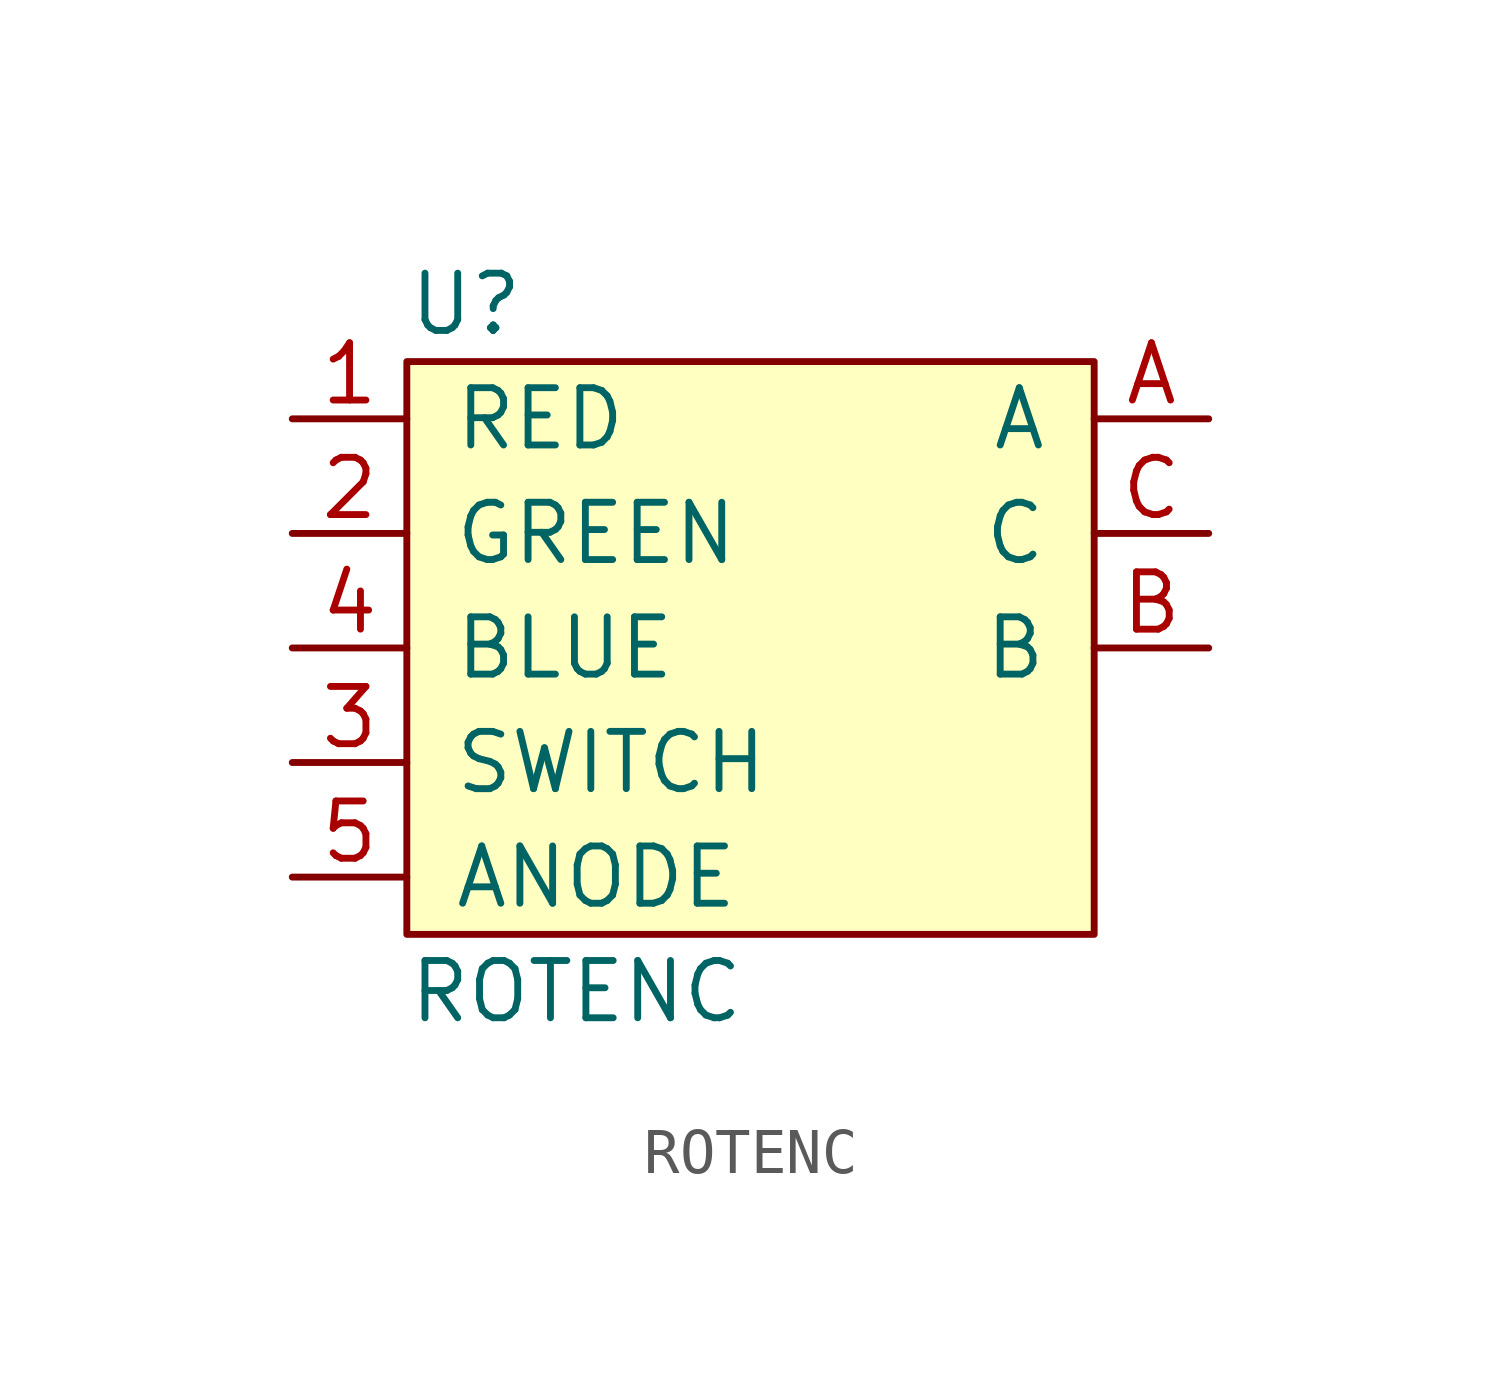
<source format=kicad_sym>
(kicad_symbol_lib
  (version 20211014)
  (generator kicad_symbol_editor)
  (symbol "ROTENC"
    (pin_names
      (offset 1.016))
    (property "Reference" "U"
      (at -7.62 7.62 0)
      (effects (font (size 1.27 1.27)) (justify left)))
    (property "Value" "ROTENC"
      (at -7.62 -7.62 0)
      (effects (font (size 1.27 1.27)) (justify left)))
    (symbol "ROTENC_0_1"
      (rectangle (start -7.62 6.35) (end 7.62 -6.35) (stroke (width 0) (type default) (color 0 0 0 0)) (fill (type background))))
    (symbol "ROTENC_1_1"
      (pin input line (at -10.16 5.08 0) (length 2.54) (name "RED" (effects (font (size 1.27 1.27)))) (number "1" (effects (font (size 1.27 1.27)))))
      (pin input line (at -10.16 2.54 0) (length 2.54) (name "GREEN" (effects (font (size 1.27 1.27)))) (number "2" (effects (font (size 1.27 1.27)))))
      (pin passive line (at -10.16 -2.54 0) (length 2.54) (name "SWITCH" (effects (font (size 1.27 1.27)))) (number "3" (effects (font (size 1.27 1.27)))))
      (pin input line (at -10.16 0 0) (length 2.54) (name "BLUE" (effects (font (size 1.27 1.27)))) (number "4" (effects (font (size 1.27 1.27)))))
      (pin passive line (at -10.16 -5.08 0) (length 2.54) (name "ANODE" (effects (font (size 1.27 1.27)))) (number "5" (effects (font (size 1.27 1.27)))))
      (pin passive line (at 10.16 5.08 180) (length 2.54) (name "A" (effects (font (size 1.27 1.27)))) (number "A" (effects (font (size 1.27 1.27)))))
      (pin passive line (at 10.16 0 180) (length 2.54) (name "B" (effects (font (size 1.27 1.27)))) (number "B" (effects (font (size 1.27 1.27)))))
      (pin passive line (at 10.16 2.54 180) (length 2.54) (name "C" (effects (font (size 1.27 1.27)))) (number "C" (effects (font (size 1.27 1.27))))))))
</source>
